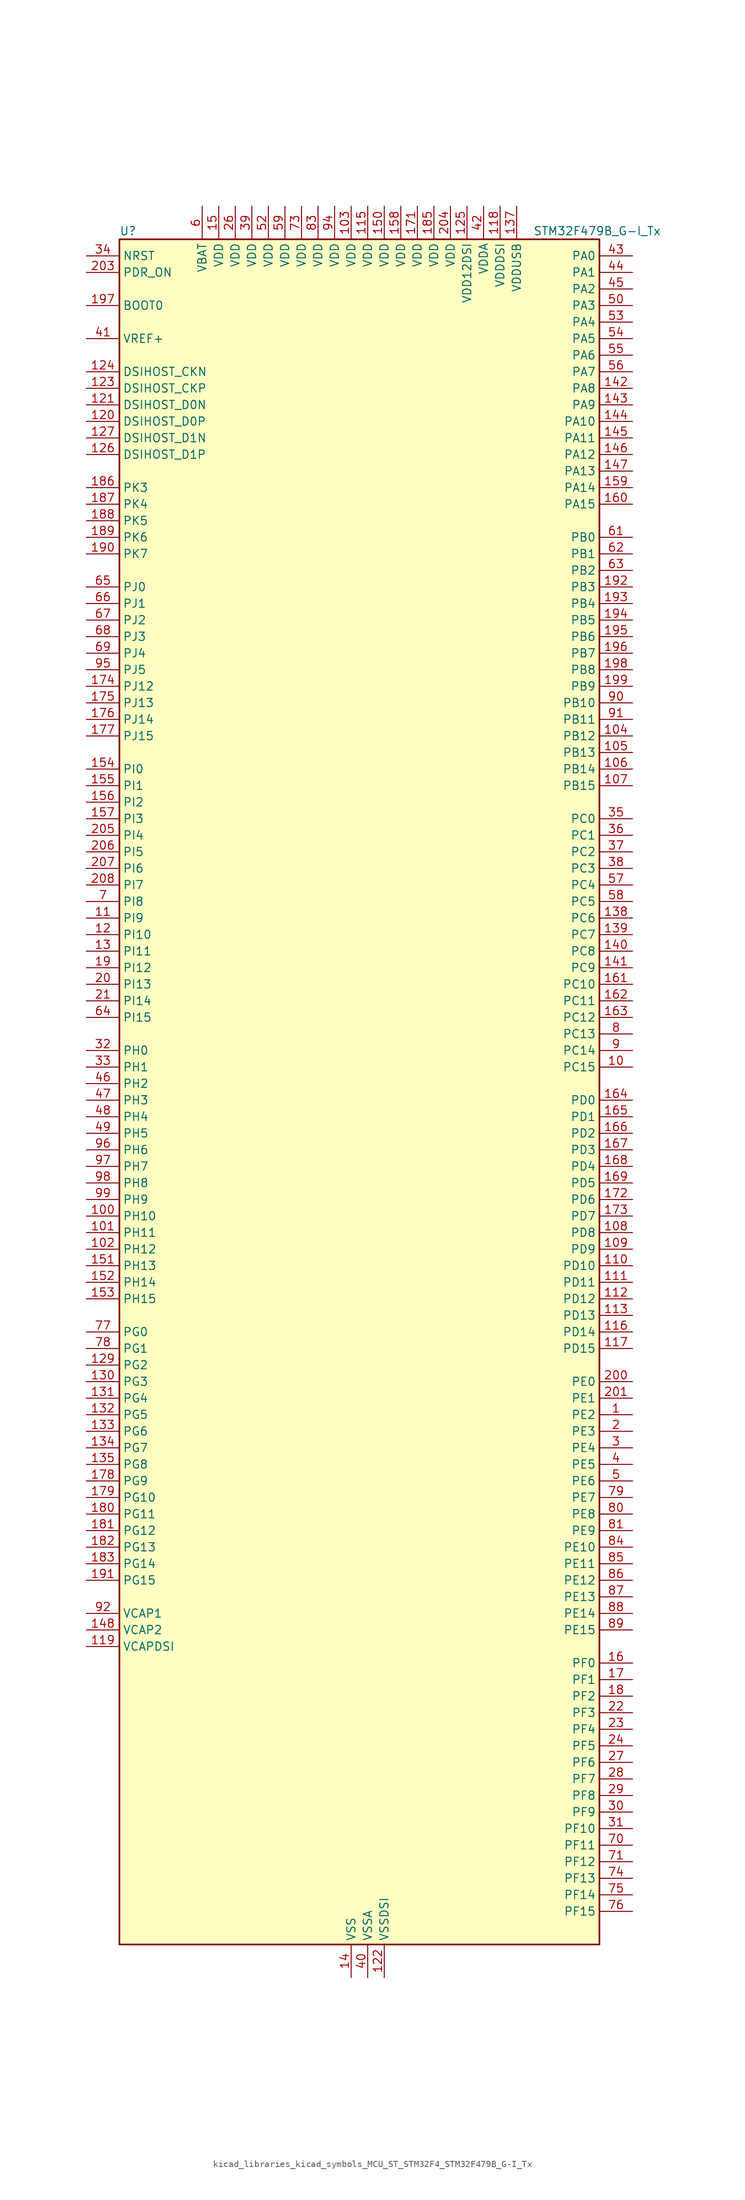
<source format=kicad_sym>
(kicad_symbol_lib
  (version 20220914)
  (generator kicad_symbol_editor)
  (symbol "kicad_libraries_kicad_symbols_MCU_ST_STM32F4_STM32F479B_G-I_Tx"
    (property "Reference" "U"
      (at -35.56 133.35 0)
      (effects (font (size 1.27 1.27)) (justify left)))
    (property "Value" "STM32F479B_G-I_Tx"
      (at 27.94 133.35 0)
      (effects (font (size 1.27 1.27)) (justify left)))
    (property "ki_locked" ""
      (at 0 0 0)
      (effects (font (size 1.27 1.27))))
    (symbol "kicad_libraries_kicad_symbols_MCU_ST_STM32F4_STM32F479B_G-I_Tx_0_1"
      (rectangle (start -35.56 -129.54) (end 38.1 132.08) (stroke (width 0.254) (type default)) (fill (type background))))
    (symbol "kicad_libraries_kicad_symbols_MCU_ST_STM32F4_STM32F479B_G-I_Tx_1_1"
      (pin bidirectional line (at 43.18 -48.26 180) (length 5.08) (name "PE2" (effects (font (size 1.27 1.27)))) (number "1" (effects (font (size 1.27 1.27)))) (alternate "ETH_TXD3" bidirectional line) (alternate "FMC_A23" bidirectional line) (alternate "QUADSPI_BK1_IO2" bidirectional line) (alternate "SAI1_MCLK_A" bidirectional line) (alternate "SPI4_SCK" bidirectional line) (alternate "SYS_TRACECLK" bidirectional line))
      (pin bidirectional line (at 43.18 5.08 180) (length 5.08) (name "PC15" (effects (font (size 1.27 1.27)))) (number "10" (effects (font (size 1.27 1.27)))) (alternate "ADC1_EXTI15" bidirectional line) (alternate "ADC2_EXTI15" bidirectional line) (alternate "ADC3_EXTI15" bidirectional line) (alternate "RCC_OSC32_OUT" bidirectional line))
      (pin bidirectional line (at -40.64 -17.78 0) (length 5.08) (name "PH10" (effects (font (size 1.27 1.27)))) (number "100" (effects (font (size 1.27 1.27)))) (alternate "DCMI_D1" bidirectional line) (alternate "FMC_D18" bidirectional line) (alternate "LTDC_R4" bidirectional line) (alternate "TIM5_CH1" bidirectional line))
      (pin bidirectional line (at -40.64 -20.32 0) (length 5.08) (name "PH11" (effects (font (size 1.27 1.27)))) (number "101" (effects (font (size 1.27 1.27)))) (alternate "ADC1_EXTI11" bidirectional line) (alternate "ADC2_EXTI11" bidirectional line) (alternate "ADC3_EXTI11" bidirectional line) (alternate "DCMI_D2" bidirectional line) (alternate "FMC_D19" bidirectional line) (alternate "LTDC_R5" bidirectional line) (alternate "TIM5_CH2" bidirectional line))
      (pin bidirectional line (at -40.64 -22.86 0) (length 5.08) (name "PH12" (effects (font (size 1.27 1.27)))) (number "102" (effects (font (size 1.27 1.27)))) (alternate "DCMI_D3" bidirectional line) (alternate "FMC_D20" bidirectional line) (alternate "LTDC_R6" bidirectional line) (alternate "TIM5_CH3" bidirectional line))
      (pin power_in line (at 0 137.16 270) (length 5.08) (name "VDD" (effects (font (size 1.27 1.27)))) (number "103" (effects (font (size 1.27 1.27)))))
      (pin bidirectional line (at 43.18 55.88 180) (length 5.08) (name "PB12" (effects (font (size 1.27 1.27)))) (number "104" (effects (font (size 1.27 1.27)))) (alternate "CAN2_RX" bidirectional line) (alternate "ETH_TXD0" bidirectional line) (alternate "I2C2_SMBA" bidirectional line) (alternate "I2S2_WS" bidirectional line) (alternate "SPI2_NSS" bidirectional line) (alternate "TIM1_BKIN" bidirectional line) (alternate "USART3_CK" bidirectional line) (alternate "USB_OTG_HS_ID" bidirectional line) (alternate "USB_OTG_HS_ULPI_D5" bidirectional line))
      (pin bidirectional line (at 43.18 53.34 180) (length 5.08) (name "PB13" (effects (font (size 1.27 1.27)))) (number "105" (effects (font (size 1.27 1.27)))) (alternate "CAN2_TX" bidirectional line) (alternate "ETH_TXD1" bidirectional line) (alternate "I2S2_CK" bidirectional line) (alternate "SPI2_SCK" bidirectional line) (alternate "TIM1_CH1N" bidirectional line) (alternate "USART3_CTS" bidirectional line) (alternate "USB_OTG_HS_ULPI_D6" bidirectional line) (alternate "USB_OTG_HS_VBUS" bidirectional line))
      (pin bidirectional line (at 43.18 50.8 180) (length 5.08) (name "PB14" (effects (font (size 1.27 1.27)))) (number "106" (effects (font (size 1.27 1.27)))) (alternate "I2S2_ext_SD" bidirectional line) (alternate "SPI2_MISO" bidirectional line) (alternate "TIM12_CH1" bidirectional line) (alternate "TIM1_CH2N" bidirectional line) (alternate "TIM8_CH2N" bidirectional line) (alternate "USART3_RTS" bidirectional line) (alternate "USB_OTG_HS_DM" bidirectional line))
      (pin bidirectional line (at 43.18 48.26 180) (length 5.08) (name "PB15" (effects (font (size 1.27 1.27)))) (number "107" (effects (font (size 1.27 1.27)))) (alternate "ADC1_EXTI15" bidirectional line) (alternate "ADC2_EXTI15" bidirectional line) (alternate "ADC3_EXTI15" bidirectional line) (alternate "I2S2_SD" bidirectional line) (alternate "RTC_REFIN" bidirectional line) (alternate "SPI2_MOSI" bidirectional line) (alternate "TIM12_CH2" bidirectional line) (alternate "TIM1_CH3N" bidirectional line) (alternate "TIM8_CH3N" bidirectional line) (alternate "USB_OTG_HS_DP" bidirectional line))
      (pin bidirectional line (at 43.18 -20.32 180) (length 5.08) (name "PD8" (effects (font (size 1.27 1.27)))) (number "108" (effects (font (size 1.27 1.27)))) (alternate "FMC_D13" bidirectional line) (alternate "FMC_DA13" bidirectional line) (alternate "USART3_TX" bidirectional line))
      (pin bidirectional line (at 43.18 -22.86 180) (length 5.08) (name "PD9" (effects (font (size 1.27 1.27)))) (number "109" (effects (font (size 1.27 1.27)))) (alternate "DAC_EXTI9" bidirectional line) (alternate "FMC_D14" bidirectional line) (alternate "FMC_DA14" bidirectional line) (alternate "USART3_RX" bidirectional line))
      (pin bidirectional line (at -40.64 27.94 0) (length 5.08) (name "PI9" (effects (font (size 1.27 1.27)))) (number "11" (effects (font (size 1.27 1.27)))) (alternate "CAN1_RX" bidirectional line) (alternate "DAC_EXTI9" bidirectional line) (alternate "FMC_D30" bidirectional line) (alternate "LTDC_VSYNC" bidirectional line))
      (pin bidirectional line (at 43.18 -25.4 180) (length 5.08) (name "PD10" (effects (font (size 1.27 1.27)))) (number "110" (effects (font (size 1.27 1.27)))) (alternate "FMC_D15" bidirectional line) (alternate "FMC_DA15" bidirectional line) (alternate "LTDC_B3" bidirectional line) (alternate "USART3_CK" bidirectional line))
      (pin bidirectional line (at 43.18 -27.94 180) (length 5.08) (name "PD11" (effects (font (size 1.27 1.27)))) (number "111" (effects (font (size 1.27 1.27)))) (alternate "ADC1_EXTI11" bidirectional line) (alternate "ADC2_EXTI11" bidirectional line) (alternate "ADC3_EXTI11" bidirectional line) (alternate "FMC_A16" bidirectional line) (alternate "FMC_CLE" bidirectional line) (alternate "QUADSPI_BK1_IO0" bidirectional line) (alternate "USART3_CTS" bidirectional line))
      (pin bidirectional line (at 43.18 -30.48 180) (length 5.08) (name "PD12" (effects (font (size 1.27 1.27)))) (number "112" (effects (font (size 1.27 1.27)))) (alternate "FMC_A17" bidirectional line) (alternate "FMC_ALE" bidirectional line) (alternate "QUADSPI_BK1_IO1" bidirectional line) (alternate "TIM4_CH1" bidirectional line) (alternate "USART3_RTS" bidirectional line))
      (pin bidirectional line (at 43.18 -33.02 180) (length 5.08) (name "PD13" (effects (font (size 1.27 1.27)))) (number "113" (effects (font (size 1.27 1.27)))) (alternate "FMC_A18" bidirectional line) (alternate "QUADSPI_BK1_IO3" bidirectional line) (alternate "TIM4_CH2" bidirectional line))
      (pin passive line (at 0 -134.62 90) (length 5.08) hide (name "VSS" (effects (font (size 1.27 1.27)))) (number "114" (effects (font (size 1.27 1.27)))))
      (pin power_in line (at 2.54 137.16 270) (length 5.08) (name "VDD" (effects (font (size 1.27 1.27)))) (number "115" (effects (font (size 1.27 1.27)))))
      (pin bidirectional line (at 43.18 -35.56 180) (length 5.08) (name "PD14" (effects (font (size 1.27 1.27)))) (number "116" (effects (font (size 1.27 1.27)))) (alternate "FMC_D0" bidirectional line) (alternate "FMC_DA0" bidirectional line) (alternate "TIM4_CH3" bidirectional line))
      (pin bidirectional line (at 43.18 -38.1 180) (length 5.08) (name "PD15" (effects (font (size 1.27 1.27)))) (number "117" (effects (font (size 1.27 1.27)))) (alternate "ADC1_EXTI15" bidirectional line) (alternate "ADC2_EXTI15" bidirectional line) (alternate "ADC3_EXTI15" bidirectional line) (alternate "FMC_D1" bidirectional line) (alternate "FMC_DA1" bidirectional line) (alternate "TIM4_CH4" bidirectional line))
      (pin power_in line (at 22.86 137.16 270) (length 5.08) (name "VDDDSI" (effects (font (size 1.27 1.27)))) (number "118" (effects (font (size 1.27 1.27)))))
      (pin power_out line (at -40.64 -83.82 0) (length 5.08) (name "VCAPDSI" (effects (font (size 1.27 1.27)))) (number "119" (effects (font (size 1.27 1.27)))))
      (pin bidirectional line (at -40.64 25.4 0) (length 5.08) (name "PI10" (effects (font (size 1.27 1.27)))) (number "12" (effects (font (size 1.27 1.27)))) (alternate "ETH_RX_ER" bidirectional line) (alternate "FMC_D31" bidirectional line) (alternate "LTDC_HSYNC" bidirectional line))
      (pin bidirectional line (at -40.64 104.14 0) (length 5.08) (name "DSIHOST_D0P" (effects (font (size 1.27 1.27)))) (number "120" (effects (font (size 1.27 1.27)))) (alternate "DSIHOST_D0P" bidirectional line))
      (pin bidirectional line (at -40.64 106.68 0) (length 5.08) (name "DSIHOST_D0N" (effects (font (size 1.27 1.27)))) (number "121" (effects (font (size 1.27 1.27)))) (alternate "DSIHOST_D0N" bidirectional line))
      (pin power_in line (at 5.08 -134.62 90) (length 5.08) (name "VSSDSI" (effects (font (size 1.27 1.27)))) (number "122" (effects (font (size 1.27 1.27)))))
      (pin bidirectional line (at -40.64 109.22 0) (length 5.08) (name "DSIHOST_CKP" (effects (font (size 1.27 1.27)))) (number "123" (effects (font (size 1.27 1.27)))) (alternate "DSIHOST_CKP" bidirectional line))
      (pin bidirectional line (at -40.64 111.76 0) (length 5.08) (name "DSIHOST_CKN" (effects (font (size 1.27 1.27)))) (number "124" (effects (font (size 1.27 1.27)))) (alternate "DSIHOST_CKN" bidirectional line))
      (pin power_in line (at 17.78 137.16 270) (length 5.08) (name "VDD12DSI" (effects (font (size 1.27 1.27)))) (number "125" (effects (font (size 1.27 1.27)))))
      (pin bidirectional line (at -40.64 99.06 0) (length 5.08) (name "DSIHOST_D1P" (effects (font (size 1.27 1.27)))) (number "126" (effects (font (size 1.27 1.27)))) (alternate "DSIHOST_D1P" bidirectional line))
      (pin bidirectional line (at -40.64 101.6 0) (length 5.08) (name "DSIHOST_D1N" (effects (font (size 1.27 1.27)))) (number "127" (effects (font (size 1.27 1.27)))) (alternate "DSIHOST_D1N" bidirectional line))
      (pin passive line (at 5.08 -134.62 90) (length 5.08) hide (name "VSSDSI" (effects (font (size 1.27 1.27)))) (number "128" (effects (font (size 1.27 1.27)))))
      (pin bidirectional line (at -40.64 -40.64 0) (length 5.08) (name "PG2" (effects (font (size 1.27 1.27)))) (number "129" (effects (font (size 1.27 1.27)))) (alternate "FMC_A12" bidirectional line))
      (pin bidirectional line (at -40.64 22.86 0) (length 5.08) (name "PI11" (effects (font (size 1.27 1.27)))) (number "13" (effects (font (size 1.27 1.27)))) (alternate "ADC1_EXTI11" bidirectional line) (alternate "ADC2_EXTI11" bidirectional line) (alternate "ADC3_EXTI11" bidirectional line) (alternate "LTDC_G6" bidirectional line) (alternate "USB_OTG_HS_ULPI_DIR" bidirectional line))
      (pin bidirectional line (at -40.64 -43.18 0) (length 5.08) (name "PG3" (effects (font (size 1.27 1.27)))) (number "130" (effects (font (size 1.27 1.27)))) (alternate "FMC_A13" bidirectional line))
      (pin bidirectional line (at -40.64 -45.72 0) (length 5.08) (name "PG4" (effects (font (size 1.27 1.27)))) (number "131" (effects (font (size 1.27 1.27)))) (alternate "FMC_A14" bidirectional line) (alternate "FMC_BA0" bidirectional line))
      (pin bidirectional line (at -40.64 -48.26 0) (length 5.08) (name "PG5" (effects (font (size 1.27 1.27)))) (number "132" (effects (font (size 1.27 1.27)))) (alternate "FMC_A15" bidirectional line) (alternate "FMC_BA1" bidirectional line))
      (pin bidirectional line (at -40.64 -50.8 0) (length 5.08) (name "PG6" (effects (font (size 1.27 1.27)))) (number "133" (effects (font (size 1.27 1.27)))) (alternate "DCMI_D12" bidirectional line) (alternate "LTDC_R7" bidirectional line))
      (pin bidirectional line (at -40.64 -53.34 0) (length 5.08) (name "PG7" (effects (font (size 1.27 1.27)))) (number "134" (effects (font (size 1.27 1.27)))) (alternate "DCMI_D13" bidirectional line) (alternate "FMC_INT" bidirectional line) (alternate "LTDC_CLK" bidirectional line) (alternate "SAI1_MCLK_A" bidirectional line) (alternate "USART6_CK" bidirectional line))
      (pin bidirectional line (at -40.64 -55.88 0) (length 5.08) (name "PG8" (effects (font (size 1.27 1.27)))) (number "135" (effects (font (size 1.27 1.27)))) (alternate "ETH_PPS_OUT" bidirectional line) (alternate "FMC_SDCLK" bidirectional line) (alternate "LTDC_G7" bidirectional line) (alternate "SPI6_NSS" bidirectional line) (alternate "USART6_RTS" bidirectional line))
      (pin passive line (at 0 -134.62 90) (length 5.08) hide (name "VSS" (effects (font (size 1.27 1.27)))) (number "136" (effects (font (size 1.27 1.27)))))
      (pin power_in line (at 25.4 137.16 270) (length 5.08) (name "VDDUSB" (effects (font (size 1.27 1.27)))) (number "137" (effects (font (size 1.27 1.27)))))
      (pin bidirectional line (at 43.18 27.94 180) (length 5.08) (name "PC6" (effects (font (size 1.27 1.27)))) (number "138" (effects (font (size 1.27 1.27)))) (alternate "DCMI_D0" bidirectional line) (alternate "I2S2_MCK" bidirectional line) (alternate "LTDC_HSYNC" bidirectional line) (alternate "SDIO_D6" bidirectional line) (alternate "TIM3_CH1" bidirectional line) (alternate "TIM8_CH1" bidirectional line) (alternate "USART6_TX" bidirectional line))
      (pin bidirectional line (at 43.18 25.4 180) (length 5.08) (name "PC7" (effects (font (size 1.27 1.27)))) (number "139" (effects (font (size 1.27 1.27)))) (alternate "DCMI_D1" bidirectional line) (alternate "I2S3_MCK" bidirectional line) (alternate "LTDC_G6" bidirectional line) (alternate "SDIO_D7" bidirectional line) (alternate "TIM3_CH2" bidirectional line) (alternate "TIM8_CH2" bidirectional line) (alternate "USART6_RX" bidirectional line))
      (pin power_in line (at 0 -134.62 90) (length 5.08) (name "VSS" (effects (font (size 1.27 1.27)))) (number "14" (effects (font (size 1.27 1.27)))))
      (pin bidirectional line (at 43.18 22.86 180) (length 5.08) (name "PC8" (effects (font (size 1.27 1.27)))) (number "140" (effects (font (size 1.27 1.27)))) (alternate "DCMI_D2" bidirectional line) (alternate "SDIO_D0" bidirectional line) (alternate "SYS_TRACED1" bidirectional line) (alternate "TIM3_CH3" bidirectional line) (alternate "TIM8_CH3" bidirectional line) (alternate "USART6_CK" bidirectional line))
      (pin bidirectional line (at 43.18 20.32 180) (length 5.08) (name "PC9" (effects (font (size 1.27 1.27)))) (number "141" (effects (font (size 1.27 1.27)))) (alternate "DAC_EXTI9" bidirectional line) (alternate "DCMI_D3" bidirectional line) (alternate "I2C3_SDA" bidirectional line) (alternate "I2S_CKIN" bidirectional line) (alternate "QUADSPI_BK1_IO0" bidirectional line) (alternate "RCC_MCO_2" bidirectional line) (alternate "SDIO_D1" bidirectional line) (alternate "TIM3_CH4" bidirectional line) (alternate "TIM8_CH4" bidirectional line))
      (pin bidirectional line (at 43.18 109.22 180) (length 5.08) (name "PA8" (effects (font (size 1.27 1.27)))) (number "142" (effects (font (size 1.27 1.27)))) (alternate "I2C3_SCL" bidirectional line) (alternate "LTDC_R6" bidirectional line) (alternate "RCC_MCO_1" bidirectional line) (alternate "TIM1_CH1" bidirectional line) (alternate "USART1_CK" bidirectional line) (alternate "USB_OTG_FS_SOF" bidirectional line))
      (pin bidirectional line (at 43.18 106.68 180) (length 5.08) (name "PA9" (effects (font (size 1.27 1.27)))) (number "143" (effects (font (size 1.27 1.27)))) (alternate "DAC_EXTI9" bidirectional line) (alternate "DCMI_D0" bidirectional line) (alternate "I2C3_SMBA" bidirectional line) (alternate "I2S2_CK" bidirectional line) (alternate "SPI2_SCK" bidirectional line) (alternate "TIM1_CH2" bidirectional line) (alternate "USART1_TX" bidirectional line) (alternate "USB_OTG_FS_VBUS" bidirectional line))
      (pin bidirectional line (at 43.18 104.14 180) (length 5.08) (name "PA10" (effects (font (size 1.27 1.27)))) (number "144" (effects (font (size 1.27 1.27)))) (alternate "DCMI_D1" bidirectional line) (alternate "TIM1_CH3" bidirectional line) (alternate "USART1_RX" bidirectional line) (alternate "USB_OTG_FS_ID" bidirectional line))
      (pin bidirectional line (at 43.18 101.6 180) (length 5.08) (name "PA11" (effects (font (size 1.27 1.27)))) (number "145" (effects (font (size 1.27 1.27)))) (alternate "ADC1_EXTI11" bidirectional line) (alternate "ADC2_EXTI11" bidirectional line) (alternate "ADC3_EXTI11" bidirectional line) (alternate "CAN1_RX" bidirectional line) (alternate "LTDC_R4" bidirectional line) (alternate "TIM1_CH4" bidirectional line) (alternate "USART1_CTS" bidirectional line) (alternate "USB_OTG_FS_DM" bidirectional line))
      (pin bidirectional line (at 43.18 99.06 180) (length 5.08) (name "PA12" (effects (font (size 1.27 1.27)))) (number "146" (effects (font (size 1.27 1.27)))) (alternate "CAN1_TX" bidirectional line) (alternate "LTDC_R5" bidirectional line) (alternate "TIM1_ETR" bidirectional line) (alternate "USART1_RTS" bidirectional line) (alternate "USB_OTG_FS_DP" bidirectional line))
      (pin bidirectional line (at 43.18 96.52 180) (length 5.08) (name "PA13" (effects (font (size 1.27 1.27)))) (number "147" (effects (font (size 1.27 1.27)))) (alternate "SYS_JTMS-SWDIO" bidirectional line))
      (pin power_out line (at -40.64 -81.28 0) (length 5.08) (name "VCAP2" (effects (font (size 1.27 1.27)))) (number "148" (effects (font (size 1.27 1.27)))))
      (pin passive line (at 0 -134.62 90) (length 5.08) hide (name "VSS" (effects (font (size 1.27 1.27)))) (number "149" (effects (font (size 1.27 1.27)))))
      (pin power_in line (at -20.32 137.16 270) (length 5.08) (name "VDD" (effects (font (size 1.27 1.27)))) (number "15" (effects (font (size 1.27 1.27)))))
      (pin power_in line (at 5.08 137.16 270) (length 5.08) (name "VDD" (effects (font (size 1.27 1.27)))) (number "150" (effects (font (size 1.27 1.27)))))
      (pin bidirectional line (at -40.64 -25.4 0) (length 5.08) (name "PH13" (effects (font (size 1.27 1.27)))) (number "151" (effects (font (size 1.27 1.27)))) (alternate "CAN1_TX" bidirectional line) (alternate "FMC_D21" bidirectional line) (alternate "LTDC_G2" bidirectional line) (alternate "TIM8_CH1N" bidirectional line))
      (pin bidirectional line (at -40.64 -27.94 0) (length 5.08) (name "PH14" (effects (font (size 1.27 1.27)))) (number "152" (effects (font (size 1.27 1.27)))) (alternate "DCMI_D4" bidirectional line) (alternate "FMC_D22" bidirectional line) (alternate "LTDC_G3" bidirectional line) (alternate "TIM8_CH2N" bidirectional line))
      (pin bidirectional line (at -40.64 -30.48 0) (length 5.08) (name "PH15" (effects (font (size 1.27 1.27)))) (number "153" (effects (font (size 1.27 1.27)))) (alternate "ADC1_EXTI15" bidirectional line) (alternate "ADC2_EXTI15" bidirectional line) (alternate "ADC3_EXTI15" bidirectional line) (alternate "DCMI_D11" bidirectional line) (alternate "FMC_D23" bidirectional line) (alternate "LTDC_G4" bidirectional line) (alternate "TIM8_CH3N" bidirectional line))
      (pin bidirectional line (at -40.64 50.8 0) (length 5.08) (name "PI0" (effects (font (size 1.27 1.27)))) (number "154" (effects (font (size 1.27 1.27)))) (alternate "DCMI_D13" bidirectional line) (alternate "FMC_D24" bidirectional line) (alternate "I2S2_WS" bidirectional line) (alternate "LTDC_G5" bidirectional line) (alternate "SPI2_NSS" bidirectional line) (alternate "TIM5_CH4" bidirectional line))
      (pin bidirectional line (at -40.64 48.26 0) (length 5.08) (name "PI1" (effects (font (size 1.27 1.27)))) (number "155" (effects (font (size 1.27 1.27)))) (alternate "DCMI_D8" bidirectional line) (alternate "FMC_D25" bidirectional line) (alternate "I2S2_CK" bidirectional line) (alternate "LTDC_G6" bidirectional line) (alternate "SPI2_SCK" bidirectional line))
      (pin bidirectional line (at -40.64 45.72 0) (length 5.08) (name "PI2" (effects (font (size 1.27 1.27)))) (number "156" (effects (font (size 1.27 1.27)))) (alternate "DCMI_D9" bidirectional line) (alternate "FMC_D26" bidirectional line) (alternate "I2S2_ext_SD" bidirectional line) (alternate "LTDC_G7" bidirectional line) (alternate "SPI2_MISO" bidirectional line) (alternate "TIM8_CH4" bidirectional line))
      (pin bidirectional line (at -40.64 43.18 0) (length 5.08) (name "PI3" (effects (font (size 1.27 1.27)))) (number "157" (effects (font (size 1.27 1.27)))) (alternate "DCMI_D10" bidirectional line) (alternate "FMC_D27" bidirectional line) (alternate "I2S2_SD" bidirectional line) (alternate "SPI2_MOSI" bidirectional line) (alternate "TIM8_ETR" bidirectional line))
      (pin power_in line (at 7.62 137.16 270) (length 5.08) (name "VDD" (effects (font (size 1.27 1.27)))) (number "158" (effects (font (size 1.27 1.27)))))
      (pin bidirectional line (at 43.18 93.98 180) (length 5.08) (name "PA14" (effects (font (size 1.27 1.27)))) (number "159" (effects (font (size 1.27 1.27)))) (alternate "SYS_JTCK-SWCLK" bidirectional line))
      (pin bidirectional line (at 43.18 -86.36 180) (length 5.08) (name "PF0" (effects (font (size 1.27 1.27)))) (number "16" (effects (font (size 1.27 1.27)))) (alternate "FMC_A0" bidirectional line) (alternate "I2C2_SDA" bidirectional line))
      (pin bidirectional line (at 43.18 91.44 180) (length 5.08) (name "PA15" (effects (font (size 1.27 1.27)))) (number "160" (effects (font (size 1.27 1.27)))) (alternate "ADC1_EXTI15" bidirectional line) (alternate "ADC2_EXTI15" bidirectional line) (alternate "ADC3_EXTI15" bidirectional line) (alternate "I2S3_WS" bidirectional line) (alternate "SPI1_NSS" bidirectional line) (alternate "SPI3_NSS" bidirectional line) (alternate "SYS_JTDI" bidirectional line) (alternate "TIM2_CH1" bidirectional line) (alternate "TIM2_ETR" bidirectional line))
      (pin bidirectional line (at 43.18 17.78 180) (length 5.08) (name "PC10" (effects (font (size 1.27 1.27)))) (number "161" (effects (font (size 1.27 1.27)))) (alternate "DCMI_D8" bidirectional line) (alternate "I2S3_CK" bidirectional line) (alternate "LTDC_R2" bidirectional line) (alternate "QUADSPI_BK1_IO1" bidirectional line) (alternate "SDIO_D2" bidirectional line) (alternate "SPI3_SCK" bidirectional line) (alternate "UART4_TX" bidirectional line) (alternate "USART3_TX" bidirectional line))
      (pin bidirectional line (at 43.18 15.24 180) (length 5.08) (name "PC11" (effects (font (size 1.27 1.27)))) (number "162" (effects (font (size 1.27 1.27)))) (alternate "ADC1_EXTI11" bidirectional line) (alternate "ADC2_EXTI11" bidirectional line) (alternate "ADC3_EXTI11" bidirectional line) (alternate "DCMI_D4" bidirectional line) (alternate "I2S3_ext_SD" bidirectional line) (alternate "QUADSPI_BK2_NCS" bidirectional line) (alternate "SDIO_D3" bidirectional line) (alternate "SPI3_MISO" bidirectional line) (alternate "UART4_RX" bidirectional line) (alternate "USART3_RX" bidirectional line))
      (pin bidirectional line (at 43.18 12.7 180) (length 5.08) (name "PC12" (effects (font (size 1.27 1.27)))) (number "163" (effects (font (size 1.27 1.27)))) (alternate "DCMI_D9" bidirectional line) (alternate "I2S3_SD" bidirectional line) (alternate "SDIO_CK" bidirectional line) (alternate "SPI3_MOSI" bidirectional line) (alternate "SYS_TRACED3" bidirectional line) (alternate "UART5_TX" bidirectional line) (alternate "USART3_CK" bidirectional line))
      (pin bidirectional line (at 43.18 0 180) (length 5.08) (name "PD0" (effects (font (size 1.27 1.27)))) (number "164" (effects (font (size 1.27 1.27)))) (alternate "CAN1_RX" bidirectional line) (alternate "FMC_D2" bidirectional line) (alternate "FMC_DA2" bidirectional line))
      (pin bidirectional line (at 43.18 -2.54 180) (length 5.08) (name "PD1" (effects (font (size 1.27 1.27)))) (number "165" (effects (font (size 1.27 1.27)))) (alternate "CAN1_TX" bidirectional line) (alternate "FMC_D3" bidirectional line) (alternate "FMC_DA3" bidirectional line))
      (pin bidirectional line (at 43.18 -5.08 180) (length 5.08) (name "PD2" (effects (font (size 1.27 1.27)))) (number "166" (effects (font (size 1.27 1.27)))) (alternate "DCMI_D11" bidirectional line) (alternate "SDIO_CMD" bidirectional line) (alternate "SYS_TRACED2" bidirectional line) (alternate "TIM3_ETR" bidirectional line) (alternate "UART5_RX" bidirectional line))
      (pin bidirectional line (at 43.18 -7.62 180) (length 5.08) (name "PD3" (effects (font (size 1.27 1.27)))) (number "167" (effects (font (size 1.27 1.27)))) (alternate "DCMI_D5" bidirectional line) (alternate "FMC_CLK" bidirectional line) (alternate "I2S2_CK" bidirectional line) (alternate "LTDC_G7" bidirectional line) (alternate "SPI2_SCK" bidirectional line) (alternate "USART2_CTS" bidirectional line))
      (pin bidirectional line (at 43.18 -10.16 180) (length 5.08) (name "PD4" (effects (font (size 1.27 1.27)))) (number "168" (effects (font (size 1.27 1.27)))) (alternate "FMC_NOE" bidirectional line) (alternate "USART2_RTS" bidirectional line))
      (pin bidirectional line (at 43.18 -12.7 180) (length 5.08) (name "PD5" (effects (font (size 1.27 1.27)))) (number "169" (effects (font (size 1.27 1.27)))) (alternate "FMC_NWE" bidirectional line) (alternate "USART2_TX" bidirectional line))
      (pin bidirectional line (at 43.18 -88.9 180) (length 5.08) (name "PF1" (effects (font (size 1.27 1.27)))) (number "17" (effects (font (size 1.27 1.27)))) (alternate "FMC_A1" bidirectional line) (alternate "I2C2_SCL" bidirectional line))
      (pin passive line (at 0 -134.62 90) (length 5.08) hide (name "VSS" (effects (font (size 1.27 1.27)))) (number "170" (effects (font (size 1.27 1.27)))))
      (pin power_in line (at 10.16 137.16 270) (length 5.08) (name "VDD" (effects (font (size 1.27 1.27)))) (number "171" (effects (font (size 1.27 1.27)))))
      (pin bidirectional line (at 43.18 -15.24 180) (length 5.08) (name "PD6" (effects (font (size 1.27 1.27)))) (number "172" (effects (font (size 1.27 1.27)))) (alternate "DCMI_D10" bidirectional line) (alternate "FMC_NWAIT" bidirectional line) (alternate "I2S3_SD" bidirectional line) (alternate "LTDC_B2" bidirectional line) (alternate "SAI1_SD_A" bidirectional line) (alternate "SPI3_MOSI" bidirectional line) (alternate "USART2_RX" bidirectional line))
      (pin bidirectional line (at 43.18 -17.78 180) (length 5.08) (name "PD7" (effects (font (size 1.27 1.27)))) (number "173" (effects (font (size 1.27 1.27)))) (alternate "FMC_NE1" bidirectional line) (alternate "USART2_CK" bidirectional line))
      (pin bidirectional line (at -40.64 63.5 0) (length 5.08) (name "PJ12" (effects (font (size 1.27 1.27)))) (number "174" (effects (font (size 1.27 1.27)))) (alternate "LTDC_B0" bidirectional line) (alternate "LTDC_G3" bidirectional line))
      (pin bidirectional line (at -40.64 60.96 0) (length 5.08) (name "PJ13" (effects (font (size 1.27 1.27)))) (number "175" (effects (font (size 1.27 1.27)))) (alternate "LTDC_B1" bidirectional line) (alternate "LTDC_G4" bidirectional line))
      (pin bidirectional line (at -40.64 58.42 0) (length 5.08) (name "PJ14" (effects (font (size 1.27 1.27)))) (number "176" (effects (font (size 1.27 1.27)))) (alternate "LTDC_B2" bidirectional line))
      (pin bidirectional line (at -40.64 55.88 0) (length 5.08) (name "PJ15" (effects (font (size 1.27 1.27)))) (number "177" (effects (font (size 1.27 1.27)))) (alternate "ADC1_EXTI15" bidirectional line) (alternate "ADC2_EXTI15" bidirectional line) (alternate "ADC3_EXTI15" bidirectional line) (alternate "LTDC_B3" bidirectional line))
      (pin bidirectional line (at -40.64 -58.42 0) (length 5.08) (name "PG9" (effects (font (size 1.27 1.27)))) (number "178" (effects (font (size 1.27 1.27)))) (alternate "DAC_EXTI9" bidirectional line) (alternate "DCMI_VSYNC" bidirectional line) (alternate "FMC_NCE" bidirectional line) (alternate "FMC_NE2" bidirectional line) (alternate "QUADSPI_BK2_IO2" bidirectional line) (alternate "USART6_RX" bidirectional line))
      (pin bidirectional line (at -40.64 -60.96 0) (length 5.08) (name "PG10" (effects (font (size 1.27 1.27)))) (number "179" (effects (font (size 1.27 1.27)))) (alternate "DCMI_D2" bidirectional line) (alternate "FMC_NE3" bidirectional line) (alternate "LTDC_B2" bidirectional line) (alternate "LTDC_G3" bidirectional line))
      (pin bidirectional line (at 43.18 -91.44 180) (length 5.08) (name "PF2" (effects (font (size 1.27 1.27)))) (number "18" (effects (font (size 1.27 1.27)))) (alternate "FMC_A2" bidirectional line) (alternate "I2C2_SMBA" bidirectional line))
      (pin bidirectional line (at -40.64 -63.5 0) (length 5.08) (name "PG11" (effects (font (size 1.27 1.27)))) (number "180" (effects (font (size 1.27 1.27)))) (alternate "ADC1_EXTI11" bidirectional line) (alternate "ADC2_EXTI11" bidirectional line) (alternate "ADC3_EXTI11" bidirectional line) (alternate "DCMI_D3" bidirectional line) (alternate "ETH_TX_EN" bidirectional line) (alternate "LTDC_B3" bidirectional line))
      (pin bidirectional line (at -40.64 -66.04 0) (length 5.08) (name "PG12" (effects (font (size 1.27 1.27)))) (number "181" (effects (font (size 1.27 1.27)))) (alternate "FMC_NE4" bidirectional line) (alternate "LTDC_B1" bidirectional line) (alternate "LTDC_B4" bidirectional line) (alternate "SPI6_MISO" bidirectional line) (alternate "USART6_RTS" bidirectional line))
      (pin bidirectional line (at -40.64 -68.58 0) (length 5.08) (name "PG13" (effects (font (size 1.27 1.27)))) (number "182" (effects (font (size 1.27 1.27)))) (alternate "ETH_TXD0" bidirectional line) (alternate "FMC_A24" bidirectional line) (alternate "LTDC_R0" bidirectional line) (alternate "SPI6_SCK" bidirectional line) (alternate "SYS_TRACED0" bidirectional line) (alternate "USART6_CTS" bidirectional line))
      (pin bidirectional line (at -40.64 -71.12 0) (length 5.08) (name "PG14" (effects (font (size 1.27 1.27)))) (number "183" (effects (font (size 1.27 1.27)))) (alternate "ETH_TXD1" bidirectional line) (alternate "FMC_A25" bidirectional line) (alternate "LTDC_B0" bidirectional line) (alternate "QUADSPI_BK2_IO3" bidirectional line) (alternate "SPI6_MOSI" bidirectional line) (alternate "SYS_TRACED1" bidirectional line) (alternate "USART6_TX" bidirectional line))
      (pin passive line (at 0 -134.62 90) (length 5.08) hide (name "VSS" (effects (font (size 1.27 1.27)))) (number "184" (effects (font (size 1.27 1.27)))))
      (pin power_in line (at 12.7 137.16 270) (length 5.08) (name "VDD" (effects (font (size 1.27 1.27)))) (number "185" (effects (font (size 1.27 1.27)))))
      (pin bidirectional line (at -40.64 93.98 0) (length 5.08) (name "PK3" (effects (font (size 1.27 1.27)))) (number "186" (effects (font (size 1.27 1.27)))) (alternate "LTDC_B4" bidirectional line))
      (pin bidirectional line (at -40.64 91.44 0) (length 5.08) (name "PK4" (effects (font (size 1.27 1.27)))) (number "187" (effects (font (size 1.27 1.27)))) (alternate "LTDC_B5" bidirectional line))
      (pin bidirectional line (at -40.64 88.9 0) (length 5.08) (name "PK5" (effects (font (size 1.27 1.27)))) (number "188" (effects (font (size 1.27 1.27)))) (alternate "LTDC_B6" bidirectional line))
      (pin bidirectional line (at -40.64 86.36 0) (length 5.08) (name "PK6" (effects (font (size 1.27 1.27)))) (number "189" (effects (font (size 1.27 1.27)))) (alternate "LTDC_B7" bidirectional line))
      (pin bidirectional line (at -40.64 20.32 0) (length 5.08) (name "PI12" (effects (font (size 1.27 1.27)))) (number "19" (effects (font (size 1.27 1.27)))) (alternate "LTDC_HSYNC" bidirectional line))
      (pin bidirectional line (at -40.64 83.82 0) (length 5.08) (name "PK7" (effects (font (size 1.27 1.27)))) (number "190" (effects (font (size 1.27 1.27)))) (alternate "LTDC_DE" bidirectional line))
      (pin bidirectional line (at -40.64 -73.66 0) (length 5.08) (name "PG15" (effects (font (size 1.27 1.27)))) (number "191" (effects (font (size 1.27 1.27)))) (alternate "ADC1_EXTI15" bidirectional line) (alternate "ADC2_EXTI15" bidirectional line) (alternate "ADC3_EXTI15" bidirectional line) (alternate "DCMI_D13" bidirectional line) (alternate "FMC_SDNCAS" bidirectional line) (alternate "USART6_CTS" bidirectional line))
      (pin bidirectional line (at 43.18 78.74 180) (length 5.08) (name "PB3" (effects (font (size 1.27 1.27)))) (number "192" (effects (font (size 1.27 1.27)))) (alternate "I2S3_CK" bidirectional line) (alternate "SPI1_SCK" bidirectional line) (alternate "SPI3_SCK" bidirectional line) (alternate "SYS_JTDO-SWO" bidirectional line) (alternate "TIM2_CH2" bidirectional line))
      (pin bidirectional line (at 43.18 76.2 180) (length 5.08) (name "PB4" (effects (font (size 1.27 1.27)))) (number "193" (effects (font (size 1.27 1.27)))) (alternate "I2S3_ext_SD" bidirectional line) (alternate "SPI1_MISO" bidirectional line) (alternate "SPI3_MISO" bidirectional line) (alternate "SYS_JTRST" bidirectional line) (alternate "TIM3_CH1" bidirectional line))
      (pin bidirectional line (at 43.18 73.66 180) (length 5.08) (name "PB5" (effects (font (size 1.27 1.27)))) (number "194" (effects (font (size 1.27 1.27)))) (alternate "CAN2_RX" bidirectional line) (alternate "DCMI_D10" bidirectional line) (alternate "ETH_PPS_OUT" bidirectional line) (alternate "FMC_SDCKE1" bidirectional line) (alternate "I2C1_SMBA" bidirectional line) (alternate "I2S3_SD" bidirectional line) (alternate "LTDC_G7" bidirectional line) (alternate "SPI1_MOSI" bidirectional line) (alternate "SPI3_MOSI" bidirectional line) (alternate "TIM3_CH2" bidirectional line) (alternate "USB_OTG_HS_ULPI_D7" bidirectional line))
      (pin bidirectional line (at 43.18 71.12 180) (length 5.08) (name "PB6" (effects (font (size 1.27 1.27)))) (number "195" (effects (font (size 1.27 1.27)))) (alternate "CAN2_TX" bidirectional line) (alternate "DCMI_D5" bidirectional line) (alternate "FMC_SDNE1" bidirectional line) (alternate "I2C1_SCL" bidirectional line) (alternate "QUADSPI_BK1_NCS" bidirectional line) (alternate "TIM4_CH1" bidirectional line) (alternate "USART1_TX" bidirectional line))
      (pin bidirectional line (at 43.18 68.58 180) (length 5.08) (name "PB7" (effects (font (size 1.27 1.27)))) (number "196" (effects (font (size 1.27 1.27)))) (alternate "DCMI_VSYNC" bidirectional line) (alternate "FMC_NL" bidirectional line) (alternate "I2C1_SDA" bidirectional line) (alternate "TIM4_CH2" bidirectional line) (alternate "USART1_RX" bidirectional line))
      (pin input line (at -40.64 121.92 0) (length 5.08) (name "BOOT0" (effects (font (size 1.27 1.27)))) (number "197" (effects (font (size 1.27 1.27)))))
      (pin bidirectional line (at 43.18 66.04 180) (length 5.08) (name "PB8" (effects (font (size 1.27 1.27)))) (number "198" (effects (font (size 1.27 1.27)))) (alternate "CAN1_RX" bidirectional line) (alternate "DCMI_D6" bidirectional line) (alternate "ETH_TXD3" bidirectional line) (alternate "I2C1_SCL" bidirectional line) (alternate "LTDC_B6" bidirectional line) (alternate "SDIO_D4" bidirectional line) (alternate "TIM10_CH1" bidirectional line) (alternate "TIM4_CH3" bidirectional line))
      (pin bidirectional line (at 43.18 63.5 180) (length 5.08) (name "PB9" (effects (font (size 1.27 1.27)))) (number "199" (effects (font (size 1.27 1.27)))) (alternate "CAN1_TX" bidirectional line) (alternate "DAC_EXTI9" bidirectional line) (alternate "DCMI_D7" bidirectional line) (alternate "I2C1_SDA" bidirectional line) (alternate "I2S2_WS" bidirectional line) (alternate "LTDC_B7" bidirectional line) (alternate "SDIO_D5" bidirectional line) (alternate "SPI2_NSS" bidirectional line) (alternate "TIM11_CH1" bidirectional line) (alternate "TIM4_CH4" bidirectional line))
      (pin bidirectional line (at 43.18 -50.8 180) (length 5.08) (name "PE3" (effects (font (size 1.27 1.27)))) (number "2" (effects (font (size 1.27 1.27)))) (alternate "FMC_A19" bidirectional line) (alternate "SAI1_SD_B" bidirectional line) (alternate "SYS_TRACED0" bidirectional line))
      (pin bidirectional line (at -40.64 17.78 0) (length 5.08) (name "PI13" (effects (font (size 1.27 1.27)))) (number "20" (effects (font (size 1.27 1.27)))) (alternate "LTDC_VSYNC" bidirectional line))
      (pin bidirectional line (at 43.18 -43.18 180) (length 5.08) (name "PE0" (effects (font (size 1.27 1.27)))) (number "200" (effects (font (size 1.27 1.27)))) (alternate "DCMI_D2" bidirectional line) (alternate "FMC_NBL0" bidirectional line) (alternate "TIM4_ETR" bidirectional line) (alternate "UART8_RX" bidirectional line))
      (pin bidirectional line (at 43.18 -45.72 180) (length 5.08) (name "PE1" (effects (font (size 1.27 1.27)))) (number "201" (effects (font (size 1.27 1.27)))) (alternate "DCMI_D3" bidirectional line) (alternate "FMC_NBL1" bidirectional line) (alternate "UART8_TX" bidirectional line))
      (pin passive line (at 0 -134.62 90) (length 5.08) hide (name "VSS" (effects (font (size 1.27 1.27)))) (number "202" (effects (font (size 1.27 1.27)))))
      (pin input line (at -40.64 127 0) (length 5.08) (name "PDR_ON" (effects (font (size 1.27 1.27)))) (number "203" (effects (font (size 1.27 1.27)))))
      (pin power_in line (at 15.24 137.16 270) (length 5.08) (name "VDD" (effects (font (size 1.27 1.27)))) (number "204" (effects (font (size 1.27 1.27)))))
      (pin bidirectional line (at -40.64 40.64 0) (length 5.08) (name "PI4" (effects (font (size 1.27 1.27)))) (number "205" (effects (font (size 1.27 1.27)))) (alternate "DCMI_D5" bidirectional line) (alternate "FMC_NBL2" bidirectional line) (alternate "LTDC_B4" bidirectional line) (alternate "TIM8_BKIN" bidirectional line))
      (pin bidirectional line (at -40.64 38.1 0) (length 5.08) (name "PI5" (effects (font (size 1.27 1.27)))) (number "206" (effects (font (size 1.27 1.27)))) (alternate "DCMI_VSYNC" bidirectional line) (alternate "FMC_NBL3" bidirectional line) (alternate "LTDC_B5" bidirectional line) (alternate "TIM8_CH1" bidirectional line))
      (pin bidirectional line (at -40.64 35.56 0) (length 5.08) (name "PI6" (effects (font (size 1.27 1.27)))) (number "207" (effects (font (size 1.27 1.27)))) (alternate "DCMI_D6" bidirectional line) (alternate "FMC_D28" bidirectional line) (alternate "LTDC_B6" bidirectional line) (alternate "TIM8_CH2" bidirectional line))
      (pin bidirectional line (at -40.64 33.02 0) (length 5.08) (name "PI7" (effects (font (size 1.27 1.27)))) (number "208" (effects (font (size 1.27 1.27)))) (alternate "DCMI_D7" bidirectional line) (alternate "FMC_D29" bidirectional line) (alternate "LTDC_B7" bidirectional line) (alternate "TIM8_CH3" bidirectional line))
      (pin bidirectional line (at -40.64 15.24 0) (length 5.08) (name "PI14" (effects (font (size 1.27 1.27)))) (number "21" (effects (font (size 1.27 1.27)))) (alternate "LTDC_CLK" bidirectional line))
      (pin bidirectional line (at 43.18 -93.98 180) (length 5.08) (name "PF3" (effects (font (size 1.27 1.27)))) (number "22" (effects (font (size 1.27 1.27)))) (alternate "ADC3_IN9" bidirectional line) (alternate "FMC_A3" bidirectional line))
      (pin bidirectional line (at 43.18 -96.52 180) (length 5.08) (name "PF4" (effects (font (size 1.27 1.27)))) (number "23" (effects (font (size 1.27 1.27)))) (alternate "ADC3_IN14" bidirectional line) (alternate "FMC_A4" bidirectional line))
      (pin bidirectional line (at 43.18 -99.06 180) (length 5.08) (name "PF5" (effects (font (size 1.27 1.27)))) (number "24" (effects (font (size 1.27 1.27)))) (alternate "ADC3_IN15" bidirectional line) (alternate "FMC_A5" bidirectional line))
      (pin passive line (at 0 -134.62 90) (length 5.08) hide (name "VSS" (effects (font (size 1.27 1.27)))) (number "25" (effects (font (size 1.27 1.27)))))
      (pin power_in line (at -17.78 137.16 270) (length 5.08) (name "VDD" (effects (font (size 1.27 1.27)))) (number "26" (effects (font (size 1.27 1.27)))))
      (pin bidirectional line (at 43.18 -101.6 180) (length 5.08) (name "PF6" (effects (font (size 1.27 1.27)))) (number "27" (effects (font (size 1.27 1.27)))) (alternate "ADC3_IN4" bidirectional line) (alternate "QUADSPI_BK1_IO3" bidirectional line) (alternate "SAI1_SD_B" bidirectional line) (alternate "SPI5_NSS" bidirectional line) (alternate "TIM10_CH1" bidirectional line) (alternate "UART7_RX" bidirectional line))
      (pin bidirectional line (at 43.18 -104.14 180) (length 5.08) (name "PF7" (effects (font (size 1.27 1.27)))) (number "28" (effects (font (size 1.27 1.27)))) (alternate "ADC3_IN5" bidirectional line) (alternate "QUADSPI_BK1_IO2" bidirectional line) (alternate "SAI1_MCLK_B" bidirectional line) (alternate "SPI5_SCK" bidirectional line) (alternate "TIM11_CH1" bidirectional line) (alternate "UART7_TX" bidirectional line))
      (pin bidirectional line (at 43.18 -106.68 180) (length 5.08) (name "PF8" (effects (font (size 1.27 1.27)))) (number "29" (effects (font (size 1.27 1.27)))) (alternate "ADC3_IN6" bidirectional line) (alternate "QUADSPI_BK1_IO0" bidirectional line) (alternate "SAI1_SCK_B" bidirectional line) (alternate "SPI5_MISO" bidirectional line) (alternate "TIM13_CH1" bidirectional line))
      (pin bidirectional line (at 43.18 -53.34 180) (length 5.08) (name "PE4" (effects (font (size 1.27 1.27)))) (number "3" (effects (font (size 1.27 1.27)))) (alternate "DCMI_D4" bidirectional line) (alternate "FMC_A20" bidirectional line) (alternate "LTDC_B0" bidirectional line) (alternate "SAI1_FS_A" bidirectional line) (alternate "SPI4_NSS" bidirectional line) (alternate "SYS_TRACED1" bidirectional line))
      (pin bidirectional line (at 43.18 -109.22 180) (length 5.08) (name "PF9" (effects (font (size 1.27 1.27)))) (number "30" (effects (font (size 1.27 1.27)))) (alternate "ADC3_IN7" bidirectional line) (alternate "DAC_EXTI9" bidirectional line) (alternate "QUADSPI_BK1_IO1" bidirectional line) (alternate "SAI1_FS_B" bidirectional line) (alternate "SPI5_MOSI" bidirectional line) (alternate "TIM14_CH1" bidirectional line))
      (pin bidirectional line (at 43.18 -111.76 180) (length 5.08) (name "PF10" (effects (font (size 1.27 1.27)))) (number "31" (effects (font (size 1.27 1.27)))) (alternate "ADC3_IN8" bidirectional line) (alternate "DCMI_D11" bidirectional line) (alternate "LTDC_DE" bidirectional line) (alternate "QUADSPI_CLK" bidirectional line))
      (pin bidirectional line (at -40.64 7.62 0) (length 5.08) (name "PH0" (effects (font (size 1.27 1.27)))) (number "32" (effects (font (size 1.27 1.27)))) (alternate "RCC_OSC_IN" bidirectional line))
      (pin bidirectional line (at -40.64 5.08 0) (length 5.08) (name "PH1" (effects (font (size 1.27 1.27)))) (number "33" (effects (font (size 1.27 1.27)))) (alternate "RCC_OSC_OUT" bidirectional line))
      (pin input line (at -40.64 129.54 0) (length 5.08) (name "NRST" (effects (font (size 1.27 1.27)))) (number "34" (effects (font (size 1.27 1.27)))))
      (pin bidirectional line (at 43.18 43.18 180) (length 5.08) (name "PC0" (effects (font (size 1.27 1.27)))) (number "35" (effects (font (size 1.27 1.27)))) (alternate "ADC1_IN10" bidirectional line) (alternate "ADC2_IN10" bidirectional line) (alternate "ADC3_IN10" bidirectional line) (alternate "FMC_SDNWE" bidirectional line) (alternate "LTDC_R5" bidirectional line) (alternate "USB_OTG_HS_ULPI_STP" bidirectional line))
      (pin bidirectional line (at 43.18 40.64 180) (length 5.08) (name "PC1" (effects (font (size 1.27 1.27)))) (number "36" (effects (font (size 1.27 1.27)))) (alternate "ADC1_IN11" bidirectional line) (alternate "ADC2_IN11" bidirectional line) (alternate "ADC3_IN11" bidirectional line) (alternate "ETH_MDC" bidirectional line) (alternate "I2S2_SD" bidirectional line) (alternate "SAI1_SD_A" bidirectional line) (alternate "SPI2_MOSI" bidirectional line) (alternate "SYS_TRACED0" bidirectional line))
      (pin bidirectional line (at 43.18 38.1 180) (length 5.08) (name "PC2" (effects (font (size 1.27 1.27)))) (number "37" (effects (font (size 1.27 1.27)))) (alternate "ADC1_IN12" bidirectional line) (alternate "ADC2_IN12" bidirectional line) (alternate "ADC3_IN12" bidirectional line) (alternate "ETH_TXD2" bidirectional line) (alternate "FMC_SDNE0" bidirectional line) (alternate "I2S2_ext_SD" bidirectional line) (alternate "SPI2_MISO" bidirectional line) (alternate "USB_OTG_HS_ULPI_DIR" bidirectional line))
      (pin bidirectional line (at 43.18 35.56 180) (length 5.08) (name "PC3" (effects (font (size 1.27 1.27)))) (number "38" (effects (font (size 1.27 1.27)))) (alternate "ADC1_IN13" bidirectional line) (alternate "ADC2_IN13" bidirectional line) (alternate "ADC3_IN13" bidirectional line) (alternate "ETH_TX_CLK" bidirectional line) (alternate "FMC_SDCKE0" bidirectional line) (alternate "I2S2_SD" bidirectional line) (alternate "SPI2_MOSI" bidirectional line) (alternate "USB_OTG_HS_ULPI_NXT" bidirectional line))
      (pin power_in line (at -15.24 137.16 270) (length 5.08) (name "VDD" (effects (font (size 1.27 1.27)))) (number "39" (effects (font (size 1.27 1.27)))))
      (pin bidirectional line (at 43.18 -55.88 180) (length 5.08) (name "PE5" (effects (font (size 1.27 1.27)))) (number "4" (effects (font (size 1.27 1.27)))) (alternate "DCMI_D6" bidirectional line) (alternate "FMC_A21" bidirectional line) (alternate "LTDC_G0" bidirectional line) (alternate "SAI1_SCK_A" bidirectional line) (alternate "SPI4_MISO" bidirectional line) (alternate "SYS_TRACED2" bidirectional line) (alternate "TIM9_CH1" bidirectional line))
      (pin power_in line (at 2.54 -134.62 90) (length 5.08) (name "VSSA" (effects (font (size 1.27 1.27)))) (number "40" (effects (font (size 1.27 1.27)))))
      (pin input line (at -40.64 116.84 0) (length 5.08) (name "VREF+" (effects (font (size 1.27 1.27)))) (number "41" (effects (font (size 1.27 1.27)))))
      (pin power_in line (at 20.32 137.16 270) (length 5.08) (name "VDDA" (effects (font (size 1.27 1.27)))) (number "42" (effects (font (size 1.27 1.27)))))
      (pin bidirectional line (at 43.18 129.54 180) (length 5.08) (name "PA0" (effects (font (size 1.27 1.27)))) (number "43" (effects (font (size 1.27 1.27)))) (alternate "ADC1_IN0" bidirectional line) (alternate "ADC2_IN0" bidirectional line) (alternate "ADC3_IN0" bidirectional line) (alternate "ETH_CRS" bidirectional line) (alternate "SYS_WKUP" bidirectional line) (alternate "TIM2_CH1" bidirectional line) (alternate "TIM2_ETR" bidirectional line) (alternate "TIM5_CH1" bidirectional line) (alternate "TIM8_ETR" bidirectional line) (alternate "UART4_TX" bidirectional line) (alternate "USART2_CTS" bidirectional line))
      (pin bidirectional line (at 43.18 127 180) (length 5.08) (name "PA1" (effects (font (size 1.27 1.27)))) (number "44" (effects (font (size 1.27 1.27)))) (alternate "ADC1_IN1" bidirectional line) (alternate "ADC2_IN1" bidirectional line) (alternate "ADC3_IN1" bidirectional line) (alternate "ETH_REF_CLK" bidirectional line) (alternate "ETH_RX_CLK" bidirectional line) (alternate "LTDC_R2" bidirectional line) (alternate "QUADSPI_BK1_IO3" bidirectional line) (alternate "TIM2_CH2" bidirectional line) (alternate "TIM5_CH2" bidirectional line) (alternate "UART4_RX" bidirectional line) (alternate "USART2_RTS" bidirectional line))
      (pin bidirectional line (at 43.18 124.46 180) (length 5.08) (name "PA2" (effects (font (size 1.27 1.27)))) (number "45" (effects (font (size 1.27 1.27)))) (alternate "ADC1_IN2" bidirectional line) (alternate "ADC2_IN2" bidirectional line) (alternate "ADC3_IN2" bidirectional line) (alternate "ETH_MDIO" bidirectional line) (alternate "LTDC_R1" bidirectional line) (alternate "TIM2_CH3" bidirectional line) (alternate "TIM5_CH3" bidirectional line) (alternate "TIM9_CH1" bidirectional line) (alternate "USART2_TX" bidirectional line))
      (pin bidirectional line (at -40.64 2.54 0) (length 5.08) (name "PH2" (effects (font (size 1.27 1.27)))) (number "46" (effects (font (size 1.27 1.27)))) (alternate "ETH_CRS" bidirectional line) (alternate "FMC_SDCKE0" bidirectional line) (alternate "LTDC_R0" bidirectional line) (alternate "QUADSPI_BK2_IO0" bidirectional line))
      (pin bidirectional line (at -40.64 0 0) (length 5.08) (name "PH3" (effects (font (size 1.27 1.27)))) (number "47" (effects (font (size 1.27 1.27)))) (alternate "ETH_COL" bidirectional line) (alternate "FMC_SDNE0" bidirectional line) (alternate "LTDC_R1" bidirectional line) (alternate "QUADSPI_BK2_IO1" bidirectional line))
      (pin bidirectional line (at -40.64 -2.54 0) (length 5.08) (name "PH4" (effects (font (size 1.27 1.27)))) (number "48" (effects (font (size 1.27 1.27)))) (alternate "I2C2_SCL" bidirectional line) (alternate "LTDC_G4" bidirectional line) (alternate "LTDC_G5" bidirectional line) (alternate "USB_OTG_HS_ULPI_NXT" bidirectional line))
      (pin bidirectional line (at -40.64 -5.08 0) (length 5.08) (name "PH5" (effects (font (size 1.27 1.27)))) (number "49" (effects (font (size 1.27 1.27)))) (alternate "FMC_SDNWE" bidirectional line) (alternate "I2C2_SDA" bidirectional line) (alternate "SPI5_NSS" bidirectional line))
      (pin bidirectional line (at 43.18 -58.42 180) (length 5.08) (name "PE6" (effects (font (size 1.27 1.27)))) (number "5" (effects (font (size 1.27 1.27)))) (alternate "DCMI_D7" bidirectional line) (alternate "FMC_A22" bidirectional line) (alternate "LTDC_G1" bidirectional line) (alternate "SAI1_SD_A" bidirectional line) (alternate "SPI4_MOSI" bidirectional line) (alternate "SYS_TRACED3" bidirectional line) (alternate "TIM9_CH2" bidirectional line))
      (pin bidirectional line (at 43.18 121.92 180) (length 5.08) (name "PA3" (effects (font (size 1.27 1.27)))) (number "50" (effects (font (size 1.27 1.27)))) (alternate "ADC1_IN3" bidirectional line) (alternate "ADC2_IN3" bidirectional line) (alternate "ADC3_IN3" bidirectional line) (alternate "ETH_COL" bidirectional line) (alternate "LTDC_B2" bidirectional line) (alternate "LTDC_B5" bidirectional line) (alternate "TIM2_CH4" bidirectional line) (alternate "TIM5_CH4" bidirectional line) (alternate "TIM9_CH2" bidirectional line) (alternate "USART2_RX" bidirectional line) (alternate "USB_OTG_HS_ULPI_D0" bidirectional line))
      (pin passive line (at 0 -134.62 90) (length 5.08) hide (name "VSS" (effects (font (size 1.27 1.27)))) (number "51" (effects (font (size 1.27 1.27)))))
      (pin power_in line (at -12.7 137.16 270) (length 5.08) (name "VDD" (effects (font (size 1.27 1.27)))) (number "52" (effects (font (size 1.27 1.27)))))
      (pin bidirectional line (at 43.18 119.38 180) (length 5.08) (name "PA4" (effects (font (size 1.27 1.27)))) (number "53" (effects (font (size 1.27 1.27)))) (alternate "ADC1_IN4" bidirectional line) (alternate "ADC2_IN4" bidirectional line) (alternate "DAC_OUT1" bidirectional line) (alternate "DCMI_HSYNC" bidirectional line) (alternate "I2S3_WS" bidirectional line) (alternate "LTDC_VSYNC" bidirectional line) (alternate "SPI1_NSS" bidirectional line) (alternate "SPI3_NSS" bidirectional line) (alternate "USART2_CK" bidirectional line) (alternate "USB_OTG_HS_SOF" bidirectional line))
      (pin bidirectional line (at 43.18 116.84 180) (length 5.08) (name "PA5" (effects (font (size 1.27 1.27)))) (number "54" (effects (font (size 1.27 1.27)))) (alternate "ADC1_IN5" bidirectional line) (alternate "ADC2_IN5" bidirectional line) (alternate "DAC_OUT2" bidirectional line) (alternate "LTDC_R4" bidirectional line) (alternate "SPI1_SCK" bidirectional line) (alternate "TIM2_CH1" bidirectional line) (alternate "TIM2_ETR" bidirectional line) (alternate "TIM8_CH1N" bidirectional line) (alternate "USB_OTG_HS_ULPI_CK" bidirectional line))
      (pin bidirectional line (at 43.18 114.3 180) (length 5.08) (name "PA6" (effects (font (size 1.27 1.27)))) (number "55" (effects (font (size 1.27 1.27)))) (alternate "ADC1_IN6" bidirectional line) (alternate "ADC2_IN6" bidirectional line) (alternate "DCMI_PIXCLK" bidirectional line) (alternate "LTDC_G2" bidirectional line) (alternate "SPI1_MISO" bidirectional line) (alternate "TIM13_CH1" bidirectional line) (alternate "TIM1_BKIN" bidirectional line) (alternate "TIM3_CH1" bidirectional line) (alternate "TIM8_BKIN" bidirectional line))
      (pin bidirectional line (at 43.18 111.76 180) (length 5.08) (name "PA7" (effects (font (size 1.27 1.27)))) (number "56" (effects (font (size 1.27 1.27)))) (alternate "ADC1_IN7" bidirectional line) (alternate "ADC2_IN7" bidirectional line) (alternate "ETH_CRS_DV" bidirectional line) (alternate "ETH_RX_DV" bidirectional line) (alternate "FMC_SDNWE" bidirectional line) (alternate "QUADSPI_CLK" bidirectional line) (alternate "SPI1_MOSI" bidirectional line) (alternate "TIM14_CH1" bidirectional line) (alternate "TIM1_CH1N" bidirectional line) (alternate "TIM3_CH2" bidirectional line) (alternate "TIM8_CH1N" bidirectional line))
      (pin bidirectional line (at 43.18 33.02 180) (length 5.08) (name "PC4" (effects (font (size 1.27 1.27)))) (number "57" (effects (font (size 1.27 1.27)))) (alternate "ADC1_IN14" bidirectional line) (alternate "ADC2_IN14" bidirectional line) (alternate "ETH_RXD0" bidirectional line) (alternate "FMC_SDNE0" bidirectional line))
      (pin bidirectional line (at 43.18 30.48 180) (length 5.08) (name "PC5" (effects (font (size 1.27 1.27)))) (number "58" (effects (font (size 1.27 1.27)))) (alternate "ADC1_IN15" bidirectional line) (alternate "ADC2_IN15" bidirectional line) (alternate "ETH_RXD1" bidirectional line) (alternate "FMC_SDCKE0" bidirectional line))
      (pin power_in line (at -10.16 137.16 270) (length 5.08) (name "VDD" (effects (font (size 1.27 1.27)))) (number "59" (effects (font (size 1.27 1.27)))))
      (pin power_in line (at -22.86 137.16 270) (length 5.08) (name "VBAT" (effects (font (size 1.27 1.27)))) (number "6" (effects (font (size 1.27 1.27)))))
      (pin passive line (at 0 -134.62 90) (length 5.08) hide (name "VSS" (effects (font (size 1.27 1.27)))) (number "60" (effects (font (size 1.27 1.27)))))
      (pin bidirectional line (at 43.18 86.36 180) (length 5.08) (name "PB0" (effects (font (size 1.27 1.27)))) (number "61" (effects (font (size 1.27 1.27)))) (alternate "ADC1_IN8" bidirectional line) (alternate "ADC2_IN8" bidirectional line) (alternate "ETH_RXD2" bidirectional line) (alternate "LTDC_G1" bidirectional line) (alternate "LTDC_R3" bidirectional line) (alternate "TIM1_CH2N" bidirectional line) (alternate "TIM3_CH3" bidirectional line) (alternate "TIM8_CH2N" bidirectional line) (alternate "USB_OTG_HS_ULPI_D1" bidirectional line))
      (pin bidirectional line (at 43.18 83.82 180) (length 5.08) (name "PB1" (effects (font (size 1.27 1.27)))) (number "62" (effects (font (size 1.27 1.27)))) (alternate "ADC1_IN9" bidirectional line) (alternate "ADC2_IN9" bidirectional line) (alternate "ETH_RXD3" bidirectional line) (alternate "LTDC_G0" bidirectional line) (alternate "LTDC_R6" bidirectional line) (alternate "TIM1_CH3N" bidirectional line) (alternate "TIM3_CH4" bidirectional line) (alternate "TIM8_CH3N" bidirectional line) (alternate "USB_OTG_HS_ULPI_D2" bidirectional line))
      (pin bidirectional line (at 43.18 81.28 180) (length 5.08) (name "PB2" (effects (font (size 1.27 1.27)))) (number "63" (effects (font (size 1.27 1.27)))))
      (pin bidirectional line (at -40.64 12.7 0) (length 5.08) (name "PI15" (effects (font (size 1.27 1.27)))) (number "64" (effects (font (size 1.27 1.27)))) (alternate "ADC1_EXTI15" bidirectional line) (alternate "ADC2_EXTI15" bidirectional line) (alternate "ADC3_EXTI15" bidirectional line) (alternate "LTDC_G2" bidirectional line) (alternate "LTDC_R0" bidirectional line))
      (pin bidirectional line (at -40.64 78.74 0) (length 5.08) (name "PJ0" (effects (font (size 1.27 1.27)))) (number "65" (effects (font (size 1.27 1.27)))) (alternate "LTDC_R1" bidirectional line) (alternate "LTDC_R7" bidirectional line))
      (pin bidirectional line (at -40.64 76.2 0) (length 5.08) (name "PJ1" (effects (font (size 1.27 1.27)))) (number "66" (effects (font (size 1.27 1.27)))) (alternate "LTDC_R2" bidirectional line))
      (pin bidirectional line (at -40.64 73.66 0) (length 5.08) (name "PJ2" (effects (font (size 1.27 1.27)))) (number "67" (effects (font (size 1.27 1.27)))) (alternate "DSIHOST_TE" bidirectional line) (alternate "LTDC_R3" bidirectional line))
      (pin bidirectional line (at -40.64 71.12 0) (length 5.08) (name "PJ3" (effects (font (size 1.27 1.27)))) (number "68" (effects (font (size 1.27 1.27)))) (alternate "LTDC_R4" bidirectional line))
      (pin bidirectional line (at -40.64 68.58 0) (length 5.08) (name "PJ4" (effects (font (size 1.27 1.27)))) (number "69" (effects (font (size 1.27 1.27)))) (alternate "LTDC_R5" bidirectional line))
      (pin bidirectional line (at -40.64 30.48 0) (length 5.08) (name "PI8" (effects (font (size 1.27 1.27)))) (number "7" (effects (font (size 1.27 1.27)))) (alternate "RTC_AF1" bidirectional line) (alternate "RTC_AF2" bidirectional line))
      (pin bidirectional line (at 43.18 -114.3 180) (length 5.08) (name "PF11" (effects (font (size 1.27 1.27)))) (number "70" (effects (font (size 1.27 1.27)))) (alternate "ADC1_EXTI11" bidirectional line) (alternate "ADC2_EXTI11" bidirectional line) (alternate "ADC3_EXTI11" bidirectional line) (alternate "DCMI_D12" bidirectional line) (alternate "FMC_SDNRAS" bidirectional line) (alternate "SPI5_MOSI" bidirectional line))
      (pin bidirectional line (at 43.18 -116.84 180) (length 5.08) (name "PF12" (effects (font (size 1.27 1.27)))) (number "71" (effects (font (size 1.27 1.27)))) (alternate "FMC_A6" bidirectional line))
      (pin passive line (at 0 -134.62 90) (length 5.08) hide (name "VSS" (effects (font (size 1.27 1.27)))) (number "72" (effects (font (size 1.27 1.27)))))
      (pin power_in line (at -7.62 137.16 270) (length 5.08) (name "VDD" (effects (font (size 1.27 1.27)))) (number "73" (effects (font (size 1.27 1.27)))))
      (pin bidirectional line (at 43.18 -119.38 180) (length 5.08) (name "PF13" (effects (font (size 1.27 1.27)))) (number "74" (effects (font (size 1.27 1.27)))) (alternate "FMC_A7" bidirectional line))
      (pin bidirectional line (at 43.18 -121.92 180) (length 5.08) (name "PF14" (effects (font (size 1.27 1.27)))) (number "75" (effects (font (size 1.27 1.27)))) (alternate "FMC_A8" bidirectional line))
      (pin bidirectional line (at 43.18 -124.46 180) (length 5.08) (name "PF15" (effects (font (size 1.27 1.27)))) (number "76" (effects (font (size 1.27 1.27)))) (alternate "ADC1_EXTI15" bidirectional line) (alternate "ADC2_EXTI15" bidirectional line) (alternate "ADC3_EXTI15" bidirectional line) (alternate "FMC_A9" bidirectional line))
      (pin bidirectional line (at -40.64 -35.56 0) (length 5.08) (name "PG0" (effects (font (size 1.27 1.27)))) (number "77" (effects (font (size 1.27 1.27)))) (alternate "FMC_A10" bidirectional line))
      (pin bidirectional line (at -40.64 -38.1 0) (length 5.08) (name "PG1" (effects (font (size 1.27 1.27)))) (number "78" (effects (font (size 1.27 1.27)))) (alternate "FMC_A11" bidirectional line))
      (pin bidirectional line (at 43.18 -60.96 180) (length 5.08) (name "PE7" (effects (font (size 1.27 1.27)))) (number "79" (effects (font (size 1.27 1.27)))) (alternate "FMC_D4" bidirectional line) (alternate "FMC_DA4" bidirectional line) (alternate "QUADSPI_BK2_IO0" bidirectional line) (alternate "TIM1_ETR" bidirectional line) (alternate "UART7_RX" bidirectional line))
      (pin bidirectional line (at 43.18 10.16 180) (length 5.08) (name "PC13" (effects (font (size 1.27 1.27)))) (number "8" (effects (font (size 1.27 1.27)))) (alternate "RTC_AF1" bidirectional line))
      (pin bidirectional line (at 43.18 -63.5 180) (length 5.08) (name "PE8" (effects (font (size 1.27 1.27)))) (number "80" (effects (font (size 1.27 1.27)))) (alternate "FMC_D5" bidirectional line) (alternate "FMC_DA5" bidirectional line) (alternate "QUADSPI_BK2_IO1" bidirectional line) (alternate "TIM1_CH1N" bidirectional line) (alternate "UART7_TX" bidirectional line))
      (pin bidirectional line (at 43.18 -66.04 180) (length 5.08) (name "PE9" (effects (font (size 1.27 1.27)))) (number "81" (effects (font (size 1.27 1.27)))) (alternate "DAC_EXTI9" bidirectional line) (alternate "FMC_D6" bidirectional line) (alternate "FMC_DA6" bidirectional line) (alternate "QUADSPI_BK2_IO2" bidirectional line) (alternate "TIM1_CH1" bidirectional line))
      (pin passive line (at 0 -134.62 90) (length 5.08) hide (name "VSS" (effects (font (size 1.27 1.27)))) (number "82" (effects (font (size 1.27 1.27)))))
      (pin power_in line (at -5.08 137.16 270) (length 5.08) (name "VDD" (effects (font (size 1.27 1.27)))) (number "83" (effects (font (size 1.27 1.27)))))
      (pin bidirectional line (at 43.18 -68.58 180) (length 5.08) (name "PE10" (effects (font (size 1.27 1.27)))) (number "84" (effects (font (size 1.27 1.27)))) (alternate "FMC_D7" bidirectional line) (alternate "FMC_DA7" bidirectional line) (alternate "QUADSPI_BK2_IO3" bidirectional line) (alternate "TIM1_CH2N" bidirectional line))
      (pin bidirectional line (at 43.18 -71.12 180) (length 5.08) (name "PE11" (effects (font (size 1.27 1.27)))) (number "85" (effects (font (size 1.27 1.27)))) (alternate "ADC1_EXTI11" bidirectional line) (alternate "ADC2_EXTI11" bidirectional line) (alternate "ADC3_EXTI11" bidirectional line) (alternate "FMC_D8" bidirectional line) (alternate "FMC_DA8" bidirectional line) (alternate "LTDC_G3" bidirectional line) (alternate "SPI4_NSS" bidirectional line) (alternate "TIM1_CH2" bidirectional line))
      (pin bidirectional line (at 43.18 -73.66 180) (length 5.08) (name "PE12" (effects (font (size 1.27 1.27)))) (number "86" (effects (font (size 1.27 1.27)))) (alternate "FMC_D9" bidirectional line) (alternate "FMC_DA9" bidirectional line) (alternate "LTDC_B4" bidirectional line) (alternate "SPI4_SCK" bidirectional line) (alternate "TIM1_CH3N" bidirectional line))
      (pin bidirectional line (at 43.18 -76.2 180) (length 5.08) (name "PE13" (effects (font (size 1.27 1.27)))) (number "87" (effects (font (size 1.27 1.27)))) (alternate "FMC_D10" bidirectional line) (alternate "FMC_DA10" bidirectional line) (alternate "LTDC_DE" bidirectional line) (alternate "SPI4_MISO" bidirectional line) (alternate "TIM1_CH3" bidirectional line))
      (pin bidirectional line (at 43.18 -78.74 180) (length 5.08) (name "PE14" (effects (font (size 1.27 1.27)))) (number "88" (effects (font (size 1.27 1.27)))) (alternate "FMC_D11" bidirectional line) (alternate "FMC_DA11" bidirectional line) (alternate "LTDC_CLK" bidirectional line) (alternate "SPI4_MOSI" bidirectional line) (alternate "TIM1_CH4" bidirectional line))
      (pin bidirectional line (at 43.18 -81.28 180) (length 5.08) (name "PE15" (effects (font (size 1.27 1.27)))) (number "89" (effects (font (size 1.27 1.27)))) (alternate "ADC1_EXTI15" bidirectional line) (alternate "ADC2_EXTI15" bidirectional line) (alternate "ADC3_EXTI15" bidirectional line) (alternate "FMC_D12" bidirectional line) (alternate "FMC_DA12" bidirectional line) (alternate "LTDC_R7" bidirectional line) (alternate "TIM1_BKIN" bidirectional line))
      (pin bidirectional line (at 43.18 7.62 180) (length 5.08) (name "PC14" (effects (font (size 1.27 1.27)))) (number "9" (effects (font (size 1.27 1.27)))) (alternate "RCC_OSC32_IN" bidirectional line))
      (pin bidirectional line (at 43.18 60.96 180) (length 5.08) (name "PB10" (effects (font (size 1.27 1.27)))) (number "90" (effects (font (size 1.27 1.27)))) (alternate "ETH_RX_ER" bidirectional line) (alternate "I2C2_SCL" bidirectional line) (alternate "I2S2_CK" bidirectional line) (alternate "LTDC_G4" bidirectional line) (alternate "QUADSPI_BK1_NCS" bidirectional line) (alternate "SPI2_SCK" bidirectional line) (alternate "TIM2_CH3" bidirectional line) (alternate "USART3_TX" bidirectional line) (alternate "USB_OTG_HS_ULPI_D3" bidirectional line))
      (pin bidirectional line (at 43.18 58.42 180) (length 5.08) (name "PB11" (effects (font (size 1.27 1.27)))) (number "91" (effects (font (size 1.27 1.27)))) (alternate "ADC1_EXTI11" bidirectional line) (alternate "ADC2_EXTI11" bidirectional line) (alternate "ADC3_EXTI11" bidirectional line) (alternate "DSIHOST_TE" bidirectional line) (alternate "ETH_TX_EN" bidirectional line) (alternate "I2C2_SDA" bidirectional line) (alternate "LTDC_G5" bidirectional line) (alternate "TIM2_CH4" bidirectional line) (alternate "USART3_RX" bidirectional line) (alternate "USB_OTG_HS_ULPI_D4" bidirectional line))
      (pin power_out line (at -40.64 -78.74 0) (length 5.08) (name "VCAP1" (effects (font (size 1.27 1.27)))) (number "92" (effects (font (size 1.27 1.27)))))
      (pin passive line (at 0 -134.62 90) (length 5.08) hide (name "VSS" (effects (font (size 1.27 1.27)))) (number "93" (effects (font (size 1.27 1.27)))))
      (pin power_in line (at -2.54 137.16 270) (length 5.08) (name "VDD" (effects (font (size 1.27 1.27)))) (number "94" (effects (font (size 1.27 1.27)))))
      (pin bidirectional line (at -40.64 66.04 0) (length 5.08) (name "PJ5" (effects (font (size 1.27 1.27)))) (number "95" (effects (font (size 1.27 1.27)))) (alternate "LTDC_R6" bidirectional line))
      (pin bidirectional line (at -40.64 -7.62 0) (length 5.08) (name "PH6" (effects (font (size 1.27 1.27)))) (number "96" (effects (font (size 1.27 1.27)))) (alternate "DCMI_D8" bidirectional line) (alternate "ETH_RXD2" bidirectional line) (alternate "FMC_SDNE1" bidirectional line) (alternate "I2C2_SMBA" bidirectional line) (alternate "SPI5_SCK" bidirectional line) (alternate "TIM12_CH1" bidirectional line))
      (pin bidirectional line (at -40.64 -10.16 0) (length 5.08) (name "PH7" (effects (font (size 1.27 1.27)))) (number "97" (effects (font (size 1.27 1.27)))) (alternate "DCMI_D9" bidirectional line) (alternate "ETH_RXD3" bidirectional line) (alternate "FMC_SDCKE1" bidirectional line) (alternate "I2C3_SCL" bidirectional line) (alternate "SPI5_MISO" bidirectional line))
      (pin bidirectional line (at -40.64 -12.7 0) (length 5.08) (name "PH8" (effects (font (size 1.27 1.27)))) (number "98" (effects (font (size 1.27 1.27)))) (alternate "DCMI_HSYNC" bidirectional line) (alternate "FMC_D16" bidirectional line) (alternate "I2C3_SDA" bidirectional line) (alternate "LTDC_R2" bidirectional line))
      (pin bidirectional line (at -40.64 -15.24 0) (length 5.08) (name "PH9" (effects (font (size 1.27 1.27)))) (number "99" (effects (font (size 1.27 1.27)))) (alternate "DAC_EXTI9" bidirectional line) (alternate "DCMI_D0" bidirectional line) (alternate "FMC_D17" bidirectional line) (alternate "I2C3_SMBA" bidirectional line) (alternate "LTDC_R3" bidirectional line) (alternate "TIM12_CH2" bidirectional line)))))
</source>
